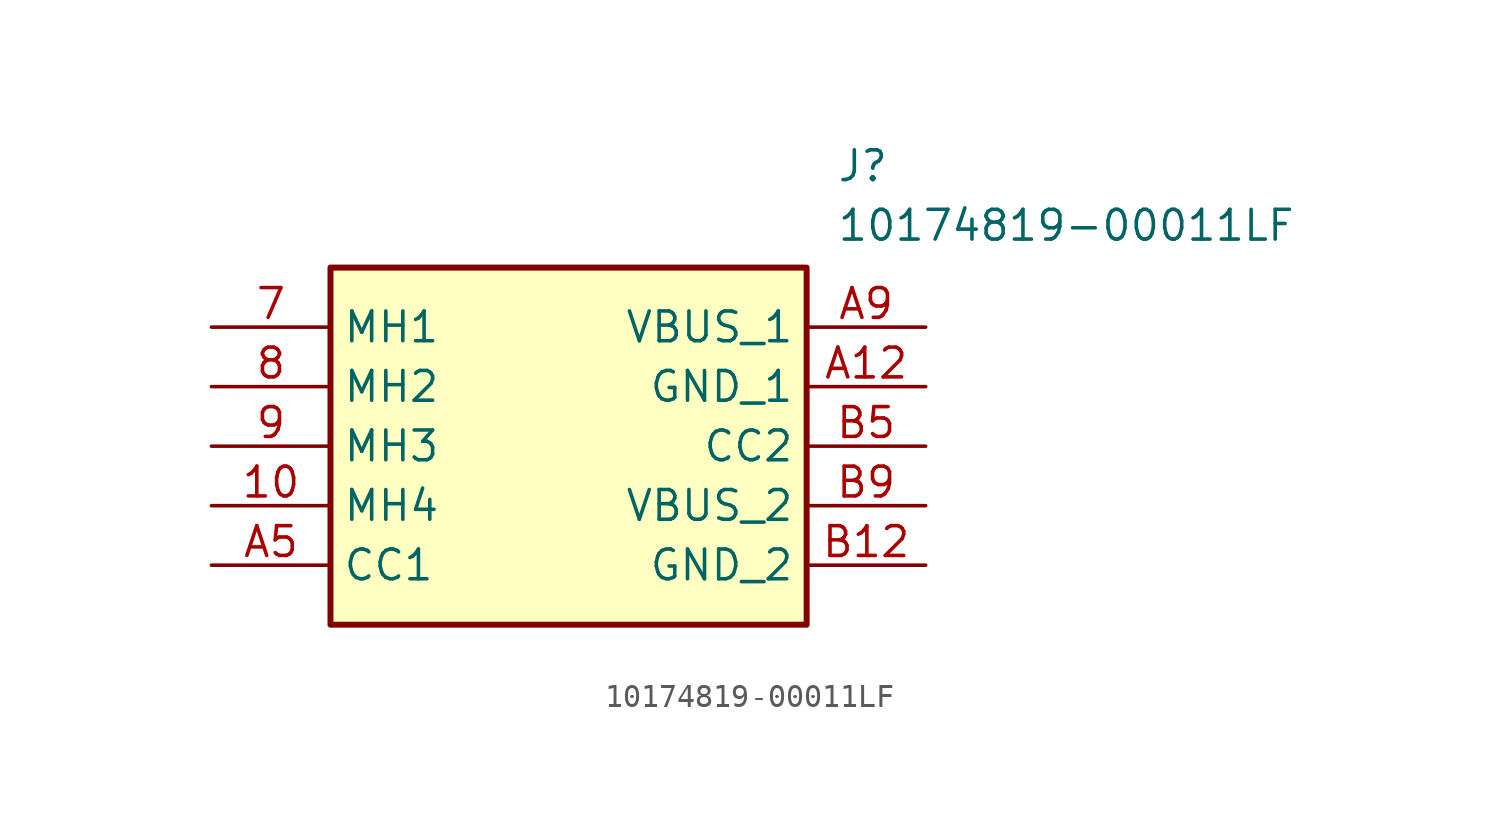
<source format=kicad_sym>
(kicad_symbol_lib
  (version 20220914)
  (generator kicad_symbol_editor)
  (symbol "10174819-00011LF"
    (property "Reference" "J"
      (at 26.67 7.62 0)
      (effects (font (size 1.27 1.27)) (justify left top)))
    (property "Value" "10174819-00011LF"
      (at 26.67 5.08 0)
      (effects (font (size 1.27 1.27)) (justify left top)))
    (symbol "10174819-00011LF_1_1"
      (rectangle (start 5.08 2.54) (end 25.4 -12.7) (stroke (width 0.254) (type default)) (fill (type background)))
      (pin passive line (at 0 -7.62 0) (length 5.08) (name "MH4" (effects (font (size 1.27 1.27)))) (number "10" (effects (font (size 1.27 1.27)))))
      (pin passive line (at 0 0 0) (length 5.08) (name "MH1" (effects (font (size 1.27 1.27)))) (number "7" (effects (font (size 1.27 1.27)))))
      (pin passive line (at 0 -2.54 0) (length 5.08) (name "MH2" (effects (font (size 1.27 1.27)))) (number "8" (effects (font (size 1.27 1.27)))))
      (pin passive line (at 0 -5.08 0) (length 5.08) (name "MH3" (effects (font (size 1.27 1.27)))) (number "9" (effects (font (size 1.27 1.27)))))
      (pin passive line (at 30.48 -2.54 180) (length 5.08) (name "GND_1" (effects (font (size 1.27 1.27)))) (number "A12" (effects (font (size 1.27 1.27)))))
      (pin passive line (at 0 -10.16 0) (length 5.08) (name "CC1" (effects (font (size 1.27 1.27)))) (number "A5" (effects (font (size 1.27 1.27)))))
      (pin passive line (at 30.48 0 180) (length 5.08) (name "VBUS_1" (effects (font (size 1.27 1.27)))) (number "A9" (effects (font (size 1.27 1.27)))))
      (pin passive line (at 30.48 -10.16 180) (length 5.08) (name "GND_2" (effects (font (size 1.27 1.27)))) (number "B12" (effects (font (size 1.27 1.27)))))
      (pin passive line (at 30.48 -5.08 180) (length 5.08) (name "CC2" (effects (font (size 1.27 1.27)))) (number "B5" (effects (font (size 1.27 1.27)))))
      (pin passive line (at 30.48 -7.62 180) (length 5.08) (name "VBUS_2" (effects (font (size 1.27 1.27)))) (number "B9" (effects (font (size 1.27 1.27))))))))
</source>
